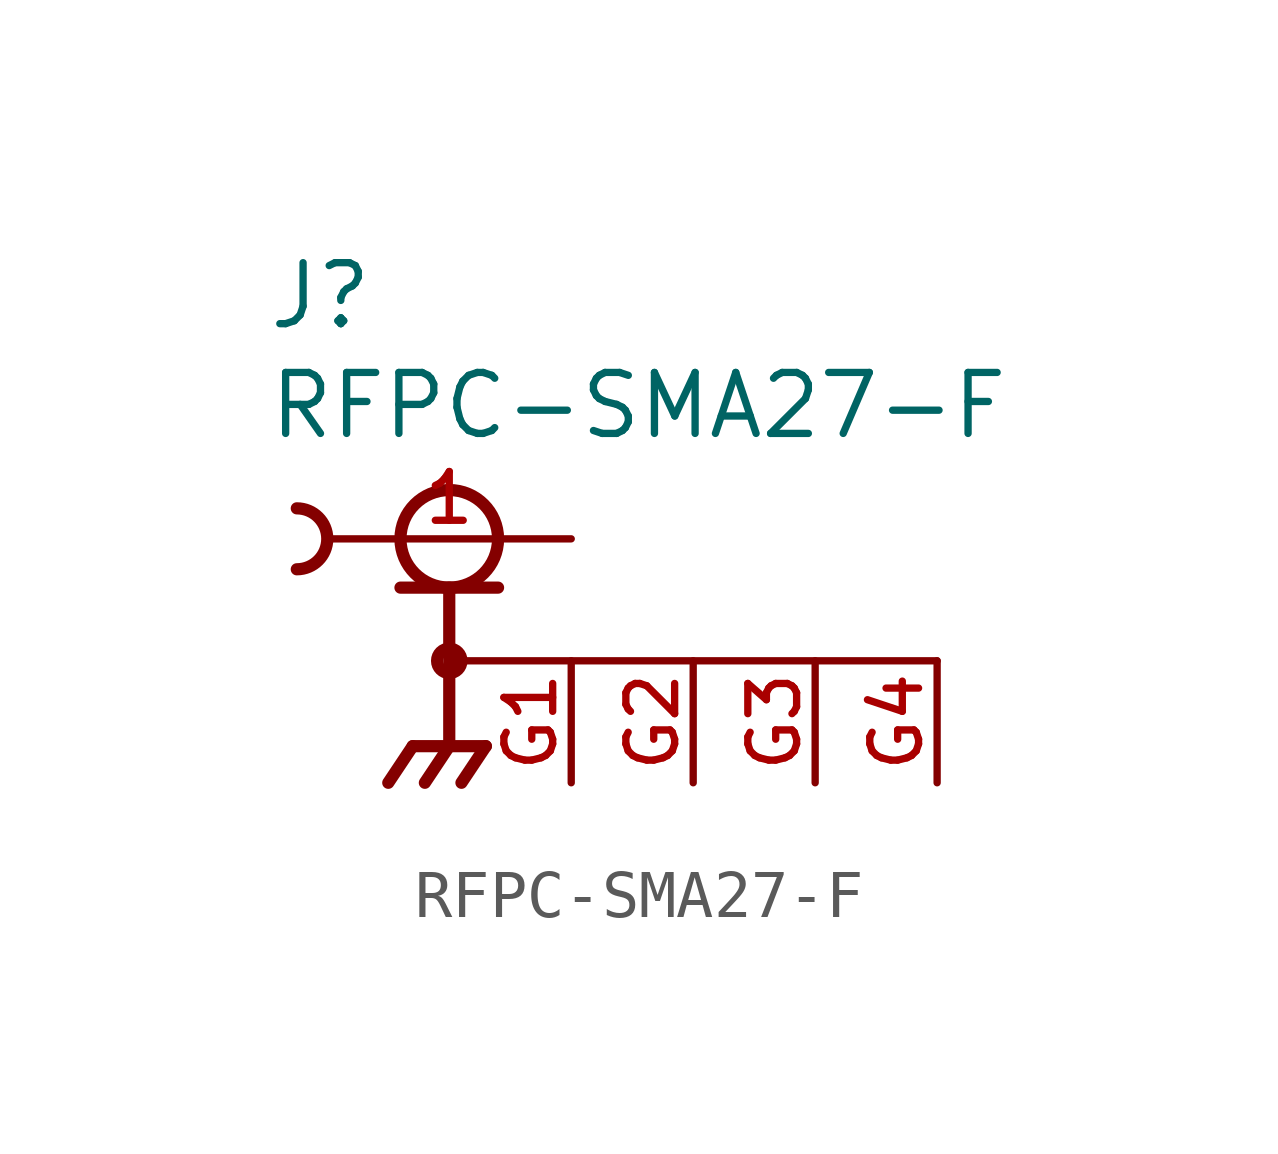
<source format=kicad_sym>
(kicad_symbol_lib
  (version 20211014)
  (generator kicad_symbol_editor)
  (symbol "RFPC-SMA27-F"
    (pin_names
      (offset 1.016))
    (property "Reference" "J"
      (at -3.81 4.318 0)
      (effects (font (size 1.27 1.27)) (justify bottom left)))
    (property "Value" "RFPC-SMA27-F"
      (at -3.81 2.032 0)
      (effects (font (size 1.27 1.27)) (justify bottom left)))
    (symbol "RFPC-SMA27-F_0_0"
      (circle (center 0.0 0.0) (radius 1.016) (stroke (width 0.254)) (fill (type none)))
      (polyline (pts (xy -1.016 -1.016) (xy 1.016 -1.016)) (stroke (width 0.254)))
      (circle (center 0.0 -2.54) (radius 0.254) (stroke (width 0.254)) (fill (type none)))
      (polyline (pts (xy 0.0 -1.016) (xy 0.0 -4.318)) (stroke (width 0.254)))
      (polyline (pts (xy 0.762 -4.318) (xy -0.762 -4.318)) (stroke (width 0.254)))
      (polyline (pts (xy -0.762 -4.318) (xy -1.27 -5.08)) (stroke (width 0.254)))
      (polyline (pts (xy 0.0 -4.318) (xy -0.508 -5.08)) (stroke (width 0.254)))
      (polyline (pts (xy 0.762 -4.318) (xy 0.254 -5.08)) (stroke (width 0.254)))
      (arc (start -3.175 0.635) (mid -2.54 -0.0) (end -3.175 -0.635) (stroke (width 0.254) (type default) (color 0 0 0 0)) (fill (type none)))
      (polyline (pts (xy 0.0 -2.54) (xy 10.16 -2.54)) (stroke (width 0.152)))
      (pin passive line (at 2.54 0.0 180.0) (length 5.08) (name "~" (effects (font (size 1.016 1.016)))) (number "1" (effects (font (size 1.016 1.016)))))
      (pin power_in line (at 2.54 -5.08 90.0) (length 2.54) (name "~" (effects (font (size 1.016 1.016)))) (number "G1" (effects (font (size 1.016 1.016)))))
      (pin power_in line (at 5.08 -5.08 90.0) (length 2.54) (name "~" (effects (font (size 1.016 1.016)))) (number "G2" (effects (font (size 1.016 1.016)))))
      (pin power_in line (at 7.62 -5.08 90.0) (length 2.54) (name "~" (effects (font (size 1.016 1.016)))) (number "G3" (effects (font (size 1.016 1.016)))))
      (pin power_in line (at 10.16 -5.08 90.0) (length 2.54) (name "~" (effects (font (size 1.016 1.016)))) (number "G4" (effects (font (size 1.016 1.016))))))))
</source>
